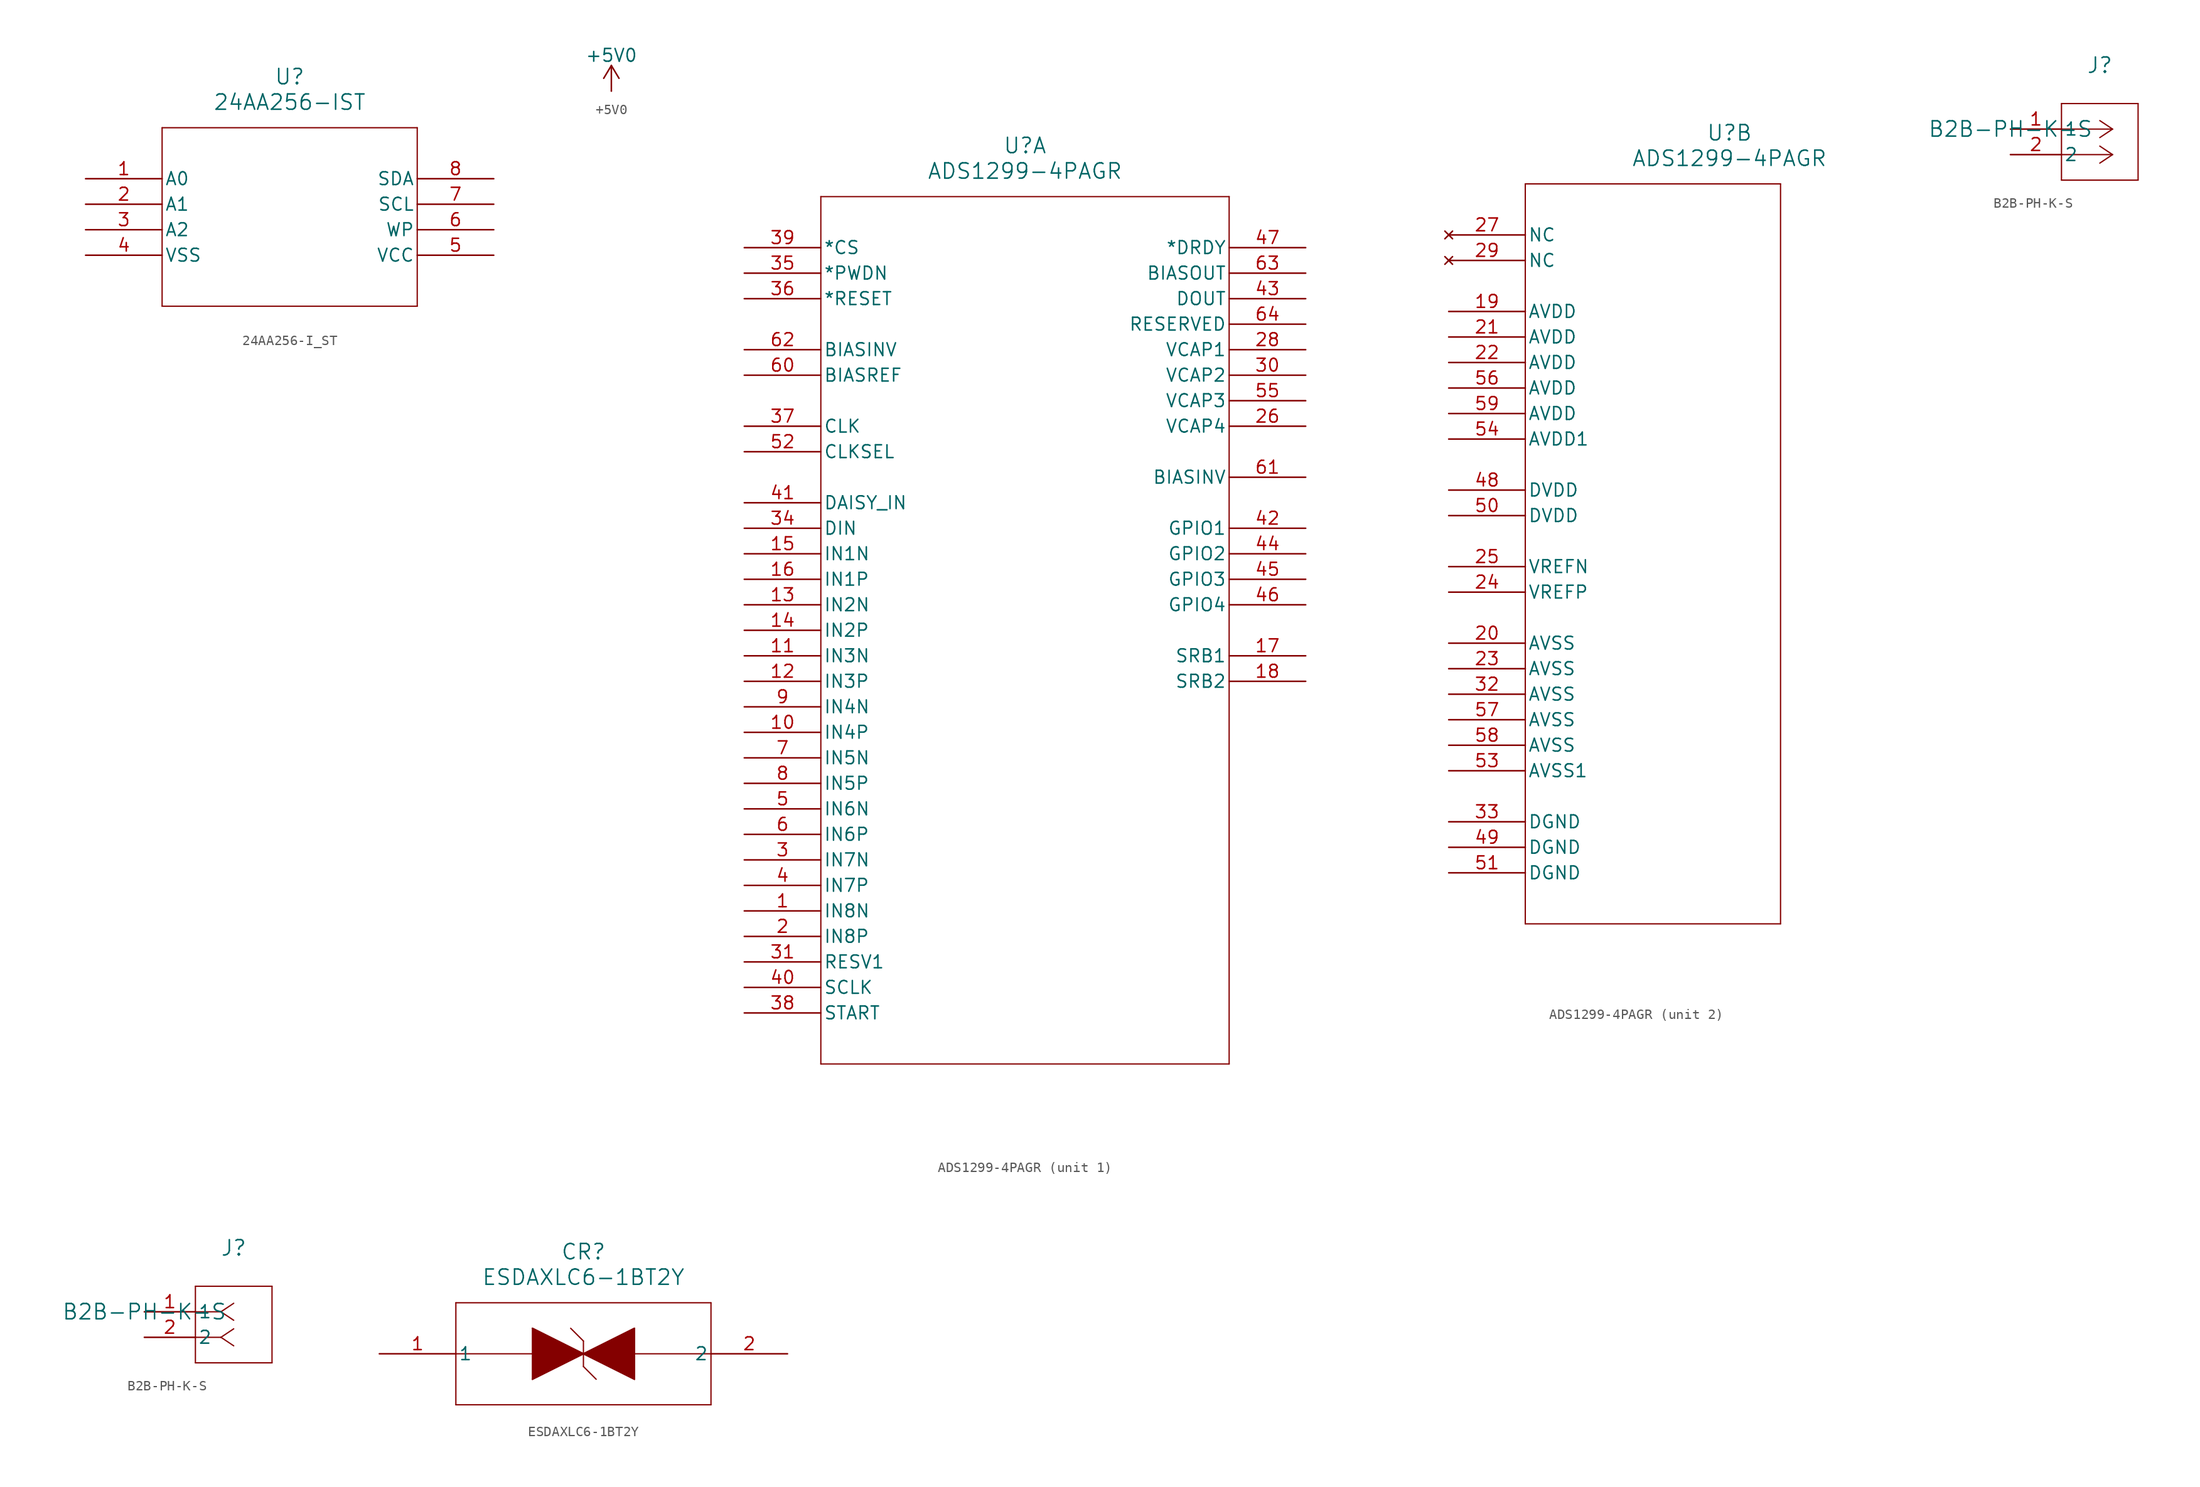
<source format=kicad_sym>
(kicad_symbol_lib
  (version 20231120)
  (generator "kicad_symbol_editor")
  (generator_version "8.0")
  (symbol "24AA256-I_ST"
    (pin_names
      (offset 0.254))
    (property "Reference" "U"
      (at 20.32 10.16 0)
      (effects (font (size 1.524 1.524))))
    (property "Value" "24AA256-IST"
      (at 20.32 7.62 0)
      (effects (font (size 1.524 1.524))))
    (symbol "24AA256-I_ST_0_1"
      (polyline (pts (xy 7.62 -12.7) (xy 33.02 -12.7)) (stroke (width 0.127) (type default)) (fill (type none)))
      (polyline (pts (xy 7.62 5.08) (xy 7.62 -12.7)) (stroke (width 0.127) (type default)) (fill (type none)))
      (polyline (pts (xy 33.02 -12.7) (xy 33.02 5.08)) (stroke (width 0.127) (type default)) (fill (type none)))
      (polyline (pts (xy 33.02 5.08) (xy 7.62 5.08)) (stroke (width 0.127) (type default)) (fill (type none)))
      (pin unspecified line (at 0 0 0) (length 7.62) (name "A0" (effects (font (size 1.27 1.27)))) (number "1" (effects (font (size 1.27 1.27)))))
      (pin unspecified line (at 0 -2.54 0) (length 7.62) (name "A1" (effects (font (size 1.27 1.27)))) (number "2" (effects (font (size 1.27 1.27)))))
      (pin unspecified line (at 0 -5.08 0) (length 7.62) (name "A2" (effects (font (size 1.27 1.27)))) (number "3" (effects (font (size 1.27 1.27)))))
      (pin unspecified line (at 0 -7.62 0) (length 7.62) (name "VSS" (effects (font (size 1.27 1.27)))) (number "4" (effects (font (size 1.27 1.27)))))
      (pin unspecified line (at 40.64 -7.62 180) (length 7.62) (name "VCC" (effects (font (size 1.27 1.27)))) (number "5" (effects (font (size 1.27 1.27)))))
      (pin unspecified line (at 40.64 -5.08 180) (length 7.62) (name "WP" (effects (font (size 1.27 1.27)))) (number "6" (effects (font (size 1.27 1.27)))))
      (pin unspecified line (at 40.64 -2.54 180) (length 7.62) (name "SCL" (effects (font (size 1.27 1.27)))) (number "7" (effects (font (size 1.27 1.27)))))
      (pin unspecified line (at 40.64 0 180) (length 7.62) (name "SDA" (effects (font (size 1.27 1.27)))) (number "8" (effects (font (size 1.27 1.27)))))))
  (symbol "+5V0"
    (power)
    (pin_numbers hide)
    (pin_names
      (offset 0) hide)
    (property "Reference" "#PWR"
      (at 0 -3.81 0)
      (effects (font (size 1.27 1.27)) (hide yes)))
    (property "Value" "+5V0"
      (at 0 3.556 0)
      (effects (font (size 1.27 1.27))))
    (symbol "+5V0_0_1"
      (polyline (pts (xy -0.762 1.27) (xy 0 2.54)) (stroke (width 0) (type default)) (fill (type none)))
      (polyline (pts (xy 0 0) (xy 0 2.54)) (stroke (width 0) (type default)) (fill (type none)))
      (polyline (pts (xy 0 2.54) (xy 0.762 1.27)) (stroke (width 0) (type default)) (fill (type none))))
    (symbol "+5V0_1_1"
      (pin power_in line (at 0 0 90) (length 0) (name "~" (effects (font (size 1.27 1.27)))) (number "1" (effects (font (size 1.27 1.27)))))))
  (symbol "ADS1299-4PAGR"
    (pin_names
      (offset 0.254))
    (property "Reference" "U"
      (at 27.94 10.16 0)
      (effects (font (size 1.524 1.524))))
    (property "Value" "ADS1299-4PAGR"
      (at 27.94 7.62 0)
      (effects (font (size 1.524 1.524))))
    (property "ki_locked" ""
      (at 0 0 0)
      (effects (font (size 1.27 1.27))))
    (symbol "ADS1299-4PAGR_1_1"
      (polyline (pts (xy 7.62 -81.28) (xy 48.26 -81.28)) (stroke (width 0.127) (type default)) (fill (type none)))
      (polyline (pts (xy 7.62 5.08) (xy 7.62 -81.28)) (stroke (width 0.127) (type default)) (fill (type none)))
      (polyline (pts (xy 48.26 -81.28) (xy 48.26 5.08)) (stroke (width 0.127) (type default)) (fill (type none)))
      (polyline (pts (xy 48.26 5.08) (xy 7.62 5.08)) (stroke (width 0.127) (type default)) (fill (type none)))
      (pin input line (at 0 -66.04 0) (length 7.62) (name "IN8N" (effects (font (size 1.27 1.27)))) (number "1" (effects (font (size 1.27 1.27)))))
      (pin input line (at 0 -48.26 0) (length 7.62) (name "IN4P" (effects (font (size 1.27 1.27)))) (number "10" (effects (font (size 1.27 1.27)))))
      (pin input line (at 0 -40.64 0) (length 7.62) (name "IN3N" (effects (font (size 1.27 1.27)))) (number "11" (effects (font (size 1.27 1.27)))))
      (pin input line (at 0 -43.18 0) (length 7.62) (name "IN3P" (effects (font (size 1.27 1.27)))) (number "12" (effects (font (size 1.27 1.27)))))
      (pin input line (at 0 -35.56 0) (length 7.62) (name "IN2N" (effects (font (size 1.27 1.27)))) (number "13" (effects (font (size 1.27 1.27)))))
      (pin input line (at 0 -38.1 0) (length 7.62) (name "IN2P" (effects (font (size 1.27 1.27)))) (number "14" (effects (font (size 1.27 1.27)))))
      (pin input line (at 0 -30.48 0) (length 7.62) (name "IN1N" (effects (font (size 1.27 1.27)))) (number "15" (effects (font (size 1.27 1.27)))))
      (pin input line (at 0 -33.02 0) (length 7.62) (name "IN1P" (effects (font (size 1.27 1.27)))) (number "16" (effects (font (size 1.27 1.27)))))
      (pin bidirectional line (at 55.88 -40.64 180) (length 7.62) (name "SRB1" (effects (font (size 1.27 1.27)))) (number "17" (effects (font (size 1.27 1.27)))))
      (pin bidirectional line (at 55.88 -43.18 180) (length 7.62) (name "SRB2" (effects (font (size 1.27 1.27)))) (number "18" (effects (font (size 1.27 1.27)))))
      (pin input line (at 0 -68.58 0) (length 7.62) (name "IN8P" (effects (font (size 1.27 1.27)))) (number "2" (effects (font (size 1.27 1.27)))))
      (pin output line (at 55.88 -17.78 180) (length 7.62) (name "VCAP4" (effects (font (size 1.27 1.27)))) (number "26" (effects (font (size 1.27 1.27)))))
      (pin output line (at 55.88 -10.16 180) (length 7.62) (name "VCAP1" (effects (font (size 1.27 1.27)))) (number "28" (effects (font (size 1.27 1.27)))))
      (pin input line (at 0 -60.96 0) (length 7.62) (name "IN7N" (effects (font (size 1.27 1.27)))) (number "3" (effects (font (size 1.27 1.27)))))
      (pin output line (at 55.88 -12.7 180) (length 7.62) (name "VCAP2" (effects (font (size 1.27 1.27)))) (number "30" (effects (font (size 1.27 1.27)))))
      (pin input line (at 0 -71.12 0) (length 7.62) (name "RESV1" (effects (font (size 1.27 1.27)))) (number "31" (effects (font (size 1.27 1.27)))))
      (pin input line (at 0 -27.94 0) (length 7.62) (name "DIN" (effects (font (size 1.27 1.27)))) (number "34" (effects (font (size 1.27 1.27)))))
      (pin input line (at 0 -2.54 0) (length 7.62) (name "*PWDN" (effects (font (size 1.27 1.27)))) (number "35" (effects (font (size 1.27 1.27)))))
      (pin input line (at 0 -5.08 0) (length 7.62) (name "*RESET" (effects (font (size 1.27 1.27)))) (number "36" (effects (font (size 1.27 1.27)))))
      (pin input line (at 0 -17.78 0) (length 7.62) (name "CLK" (effects (font (size 1.27 1.27)))) (number "37" (effects (font (size 1.27 1.27)))))
      (pin input line (at 0 -76.2 0) (length 7.62) (name "START" (effects (font (size 1.27 1.27)))) (number "38" (effects (font (size 1.27 1.27)))))
      (pin input line (at 0 0 0) (length 7.62) (name "*CS" (effects (font (size 1.27 1.27)))) (number "39" (effects (font (size 1.27 1.27)))))
      (pin input line (at 0 -63.5 0) (length 7.62) (name "IN7P" (effects (font (size 1.27 1.27)))) (number "4" (effects (font (size 1.27 1.27)))))
      (pin input line (at 0 -73.66 0) (length 7.62) (name "SCLK" (effects (font (size 1.27 1.27)))) (number "40" (effects (font (size 1.27 1.27)))))
      (pin input line (at 0 -25.4 0) (length 7.62) (name "DAISY_IN" (effects (font (size 1.27 1.27)))) (number "41" (effects (font (size 1.27 1.27)))))
      (pin bidirectional line (at 55.88 -27.94 180) (length 7.62) (name "GPIO1" (effects (font (size 1.27 1.27)))) (number "42" (effects (font (size 1.27 1.27)))))
      (pin output line (at 55.88 -5.08 180) (length 7.62) (name "DOUT" (effects (font (size 1.27 1.27)))) (number "43" (effects (font (size 1.27 1.27)))))
      (pin bidirectional line (at 55.88 -30.48 180) (length 7.62) (name "GPIO2" (effects (font (size 1.27 1.27)))) (number "44" (effects (font (size 1.27 1.27)))))
      (pin bidirectional line (at 55.88 -33.02 180) (length 7.62) (name "GPIO3" (effects (font (size 1.27 1.27)))) (number "45" (effects (font (size 1.27 1.27)))))
      (pin bidirectional line (at 55.88 -35.56 180) (length 7.62) (name "GPIO4" (effects (font (size 1.27 1.27)))) (number "46" (effects (font (size 1.27 1.27)))))
      (pin output line (at 55.88 0 180) (length 7.62) (name "*DRDY" (effects (font (size 1.27 1.27)))) (number "47" (effects (font (size 1.27 1.27)))))
      (pin input line (at 0 -55.88 0) (length 7.62) (name "IN6N" (effects (font (size 1.27 1.27)))) (number "5" (effects (font (size 1.27 1.27)))))
      (pin input line (at 0 -20.32 0) (length 7.62) (name "CLKSEL" (effects (font (size 1.27 1.27)))) (number "52" (effects (font (size 1.27 1.27)))))
      (pin output line (at 55.88 -15.24 180) (length 7.62) (name "VCAP3" (effects (font (size 1.27 1.27)))) (number "55" (effects (font (size 1.27 1.27)))))
      (pin input line (at 0 -58.42 0) (length 7.62) (name "IN6P" (effects (font (size 1.27 1.27)))) (number "6" (effects (font (size 1.27 1.27)))))
      (pin input line (at 0 -12.7 0) (length 7.62) (name "BIASREF" (effects (font (size 1.27 1.27)))) (number "60" (effects (font (size 1.27 1.27)))))
      (pin bidirectional line (at 55.88 -22.86 180) (length 7.62) (name "BIASINV" (effects (font (size 1.27 1.27)))) (number "61" (effects (font (size 1.27 1.27)))))
      (pin input line (at 0 -10.16 0) (length 7.62) (name "BIASINV" (effects (font (size 1.27 1.27)))) (number "62" (effects (font (size 1.27 1.27)))))
      (pin output line (at 55.88 -2.54 180) (length 7.62) (name "BIASOUT" (effects (font (size 1.27 1.27)))) (number "63" (effects (font (size 1.27 1.27)))))
      (pin output line (at 55.88 -7.62 180) (length 7.62) (name "RESERVED" (effects (font (size 1.27 1.27)))) (number "64" (effects (font (size 1.27 1.27)))))
      (pin input line (at 0 -50.8 0) (length 7.62) (name "IN5N" (effects (font (size 1.27 1.27)))) (number "7" (effects (font (size 1.27 1.27)))))
      (pin input line (at 0 -53.34 0) (length 7.62) (name "IN5P" (effects (font (size 1.27 1.27)))) (number "8" (effects (font (size 1.27 1.27)))))
      (pin input line (at 0 -45.72 0) (length 7.62) (name "IN4N" (effects (font (size 1.27 1.27)))) (number "9" (effects (font (size 1.27 1.27))))))
    (symbol "ADS1299-4PAGR_2_1"
      (polyline (pts (xy 7.62 -68.58) (xy 33.02 -68.58)) (stroke (width 0.127) (type default)) (fill (type none)))
      (polyline (pts (xy 7.62 5.08) (xy 7.62 -68.58)) (stroke (width 0.127) (type default)) (fill (type none)))
      (polyline (pts (xy 33.02 -68.58) (xy 33.02 5.08)) (stroke (width 0.127) (type default)) (fill (type none)))
      (polyline (pts (xy 33.02 5.08) (xy 7.62 5.08)) (stroke (width 0.127) (type default)) (fill (type none)))
      (pin power_in line (at 0 -7.62 0) (length 7.62) (name "AVDD" (effects (font (size 1.27 1.27)))) (number "19" (effects (font (size 1.27 1.27)))))
      (pin power_in line (at 0 -40.64 0) (length 7.62) (name "AVSS" (effects (font (size 1.27 1.27)))) (number "20" (effects (font (size 1.27 1.27)))))
      (pin power_in line (at 0 -10.16 0) (length 7.62) (name "AVDD" (effects (font (size 1.27 1.27)))) (number "21" (effects (font (size 1.27 1.27)))))
      (pin power_in line (at 0 -12.7 0) (length 7.62) (name "AVDD" (effects (font (size 1.27 1.27)))) (number "22" (effects (font (size 1.27 1.27)))))
      (pin power_in line (at 0 -43.18 0) (length 7.62) (name "AVSS" (effects (font (size 1.27 1.27)))) (number "23" (effects (font (size 1.27 1.27)))))
      (pin bidirectional line (at 0 -35.56 0) (length 7.62) (name "VREFP" (effects (font (size 1.27 1.27)))) (number "24" (effects (font (size 1.27 1.27)))))
      (pin input line (at 0 -33.02 0) (length 7.62) (name "VREFN" (effects (font (size 1.27 1.27)))) (number "25" (effects (font (size 1.27 1.27)))))
      (pin no_connect line (at 0 0 0) (length 7.62) (name "NC" (effects (font (size 1.27 1.27)))) (number "27" (effects (font (size 1.27 1.27)))))
      (pin no_connect line (at 0 -2.54 0) (length 7.62) (name "NC" (effects (font (size 1.27 1.27)))) (number "29" (effects (font (size 1.27 1.27)))))
      (pin power_in line (at 0 -45.72 0) (length 7.62) (name "AVSS" (effects (font (size 1.27 1.27)))) (number "32" (effects (font (size 1.27 1.27)))))
      (pin power_in line (at 0 -58.42 0) (length 7.62) (name "DGND" (effects (font (size 1.27 1.27)))) (number "33" (effects (font (size 1.27 1.27)))))
      (pin power_in line (at 0 -25.4 0) (length 7.62) (name "DVDD" (effects (font (size 1.27 1.27)))) (number "48" (effects (font (size 1.27 1.27)))))
      (pin power_in line (at 0 -60.96 0) (length 7.62) (name "DGND" (effects (font (size 1.27 1.27)))) (number "49" (effects (font (size 1.27 1.27)))))
      (pin power_in line (at 0 -27.94 0) (length 7.62) (name "DVDD" (effects (font (size 1.27 1.27)))) (number "50" (effects (font (size 1.27 1.27)))))
      (pin power_in line (at 0 -63.5 0) (length 7.62) (name "DGND" (effects (font (size 1.27 1.27)))) (number "51" (effects (font (size 1.27 1.27)))))
      (pin power_in line (at 0 -53.34 0) (length 7.62) (name "AVSS1" (effects (font (size 1.27 1.27)))) (number "53" (effects (font (size 1.27 1.27)))))
      (pin power_in line (at 0 -20.32 0) (length 7.62) (name "AVDD1" (effects (font (size 1.27 1.27)))) (number "54" (effects (font (size 1.27 1.27)))))
      (pin power_in line (at 0 -15.24 0) (length 7.62) (name "AVDD" (effects (font (size 1.27 1.27)))) (number "56" (effects (font (size 1.27 1.27)))))
      (pin power_in line (at 0 -48.26 0) (length 7.62) (name "AVSS" (effects (font (size 1.27 1.27)))) (number "57" (effects (font (size 1.27 1.27)))))
      (pin power_in line (at 0 -50.8 0) (length 7.62) (name "AVSS" (effects (font (size 1.27 1.27)))) (number "58" (effects (font (size 1.27 1.27)))))
      (pin power_in line (at 0 -17.78 0) (length 7.62) (name "AVDD" (effects (font (size 1.27 1.27)))) (number "59" (effects (font (size 1.27 1.27)))))))
  (symbol "B2B-PH-K-S"
    (pin_names
      (offset 0.254))
    (property "Reference" "J"
      (at 8.89 6.35 0)
      (effects (font (size 1.524 1.524))))
    (property "Value" "B2B-PH-K-S"
      (at 0 0 0)
      (effects (font (size 1.524 1.524))))
    (symbol "B2B-PH-K-S_1_1"
      (polyline (pts (xy 5.08 -5.08) (xy 12.7 -5.08)) (stroke (width 0.127) (type default)) (fill (type none)))
      (polyline (pts (xy 5.08 2.54) (xy 5.08 -5.08)) (stroke (width 0.127) (type default)) (fill (type none)))
      (polyline (pts (xy 10.16 -2.54) (xy 5.08 -2.54)) (stroke (width 0.127) (type default)) (fill (type none)))
      (polyline (pts (xy 10.16 -2.54) (xy 8.89 -3.387)) (stroke (width 0.127) (type default)) (fill (type none)))
      (polyline (pts (xy 10.16 -2.54) (xy 8.89 -1.693)) (stroke (width 0.127) (type default)) (fill (type none)))
      (polyline (pts (xy 10.16 0) (xy 5.08 0)) (stroke (width 0.127) (type default)) (fill (type none)))
      (polyline (pts (xy 10.16 0) (xy 8.89 -0.847)) (stroke (width 0.127) (type default)) (fill (type none)))
      (polyline (pts (xy 10.16 0) (xy 8.89 0.847)) (stroke (width 0.127) (type default)) (fill (type none)))
      (polyline (pts (xy 12.7 -5.08) (xy 12.7 2.54)) (stroke (width 0.127) (type default)) (fill (type none)))
      (polyline (pts (xy 12.7 2.54) (xy 5.08 2.54)) (stroke (width 0.127) (type default)) (fill (type none)))
      (pin unspecified line (at 0 0 0) (length 5.08) (name "1" (effects (font (size 1.27 1.27)))) (number "1" (effects (font (size 1.27 1.27)))))
      (pin unspecified line (at 0 -2.54 0) (length 5.08) (name "2" (effects (font (size 1.27 1.27)))) (number "2" (effects (font (size 1.27 1.27))))))
    (symbol "B2B-PH-K-S_1_2"
      (polyline (pts (xy 5.08 -5.08) (xy 12.7 -5.08)) (stroke (width 0.127) (type default)) (fill (type none)))
      (polyline (pts (xy 5.08 2.54) (xy 5.08 -5.08)) (stroke (width 0.127) (type default)) (fill (type none)))
      (polyline (pts (xy 7.62 -2.54) (xy 5.08 -2.54)) (stroke (width 0.127) (type default)) (fill (type none)))
      (polyline (pts (xy 7.62 -2.54) (xy 8.89 -3.387)) (stroke (width 0.127) (type default)) (fill (type none)))
      (polyline (pts (xy 7.62 -2.54) (xy 8.89 -1.693)) (stroke (width 0.127) (type default)) (fill (type none)))
      (polyline (pts (xy 7.62 0) (xy 5.08 0)) (stroke (width 0.127) (type default)) (fill (type none)))
      (polyline (pts (xy 7.62 0) (xy 8.89 -0.847)) (stroke (width 0.127) (type default)) (fill (type none)))
      (polyline (pts (xy 7.62 0) (xy 8.89 0.847)) (stroke (width 0.127) (type default)) (fill (type none)))
      (polyline (pts (xy 12.7 -5.08) (xy 12.7 2.54)) (stroke (width 0.127) (type default)) (fill (type none)))
      (polyline (pts (xy 12.7 2.54) (xy 5.08 2.54)) (stroke (width 0.127) (type default)) (fill (type none)))
      (pin unspecified line (at 0 0 0) (length 5.08) (name "1" (effects (font (size 1.27 1.27)))) (number "1" (effects (font (size 1.27 1.27)))))
      (pin unspecified line (at 0 -2.54 0) (length 5.08) (name "2" (effects (font (size 1.27 1.27)))) (number "2" (effects (font (size 1.27 1.27)))))))
  (symbol "ESDAXLC6-1BT2Y"
    (pin_names
      (offset 0.254))
    (property "Reference" "CR"
      (at 20.32 10.16 0)
      (effects (font (size 1.524 1.524))))
    (property "Value" "ESDAXLC6-1BT2Y"
      (at 20.32 7.62 0)
      (effects (font (size 1.524 1.524))))
    (symbol "ESDAXLC6-1BT2Y_0_1"
      (polyline (pts (xy 7.62 -5.08) (xy 33.02 -5.08)) (stroke (width 0.127) (type default)) (fill (type none)))
      (polyline (pts (xy 7.62 0) (xy 33.02 0)) (stroke (width 0.127) (type default)) (fill (type none)))
      (polyline (pts (xy 7.62 5.08) (xy 7.62 -5.08)) (stroke (width 0.127) (type default)) (fill (type none)))
      (polyline (pts (xy 15.24 -2.54) (xy 25.4 2.54)) (stroke (width 0.127) (type default)) (fill (type none)))
      (polyline (pts (xy 15.24 2.54) (xy 15.24 -2.54)) (stroke (width 0.127) (type default)) (fill (type none)))
      (polyline (pts (xy 20.32 -1.27) (xy 21.59 -2.54)) (stroke (width 0.127) (type default)) (fill (type none)))
      (polyline (pts (xy 20.32 1.27) (xy 19.05 2.54)) (stroke (width 0.127) (type default)) (fill (type none)))
      (polyline (pts (xy 20.32 1.27) (xy 20.32 -1.27)) (stroke (width 0.127) (type default)) (fill (type none)))
      (polyline (pts (xy 25.4 -2.54) (xy 15.24 2.54)) (stroke (width 0.127) (type default)) (fill (type none)))
      (polyline (pts (xy 25.4 2.54) (xy 25.4 -2.54)) (stroke (width 0.127) (type default)) (fill (type none)))
      (polyline (pts (xy 33.02 -5.08) (xy 33.02 5.08)) (stroke (width 0.127) (type default)) (fill (type none)))
      (polyline (pts (xy 33.02 5.08) (xy 7.62 5.08)) (stroke (width 0.127) (type default)) (fill (type none)))
      (polyline (pts (xy 15.24 2.54) (xy 25.4 -2.54) (xy 25.4 2.54) (xy 15.24 -2.54)) (stroke (width 0) (type default)) (fill (type outline)))
      (pin unspecified line (at 0 0 0) (length 7.62) (name "1" (effects (font (size 1.27 1.27)))) (number "1" (effects (font (size 1.27 1.27)))))
      (pin unspecified line (at 40.64 0 180) (length 7.62) (name "2" (effects (font (size 1.27 1.27)))) (number "2" (effects (font (size 1.27 1.27))))))))
</source>
